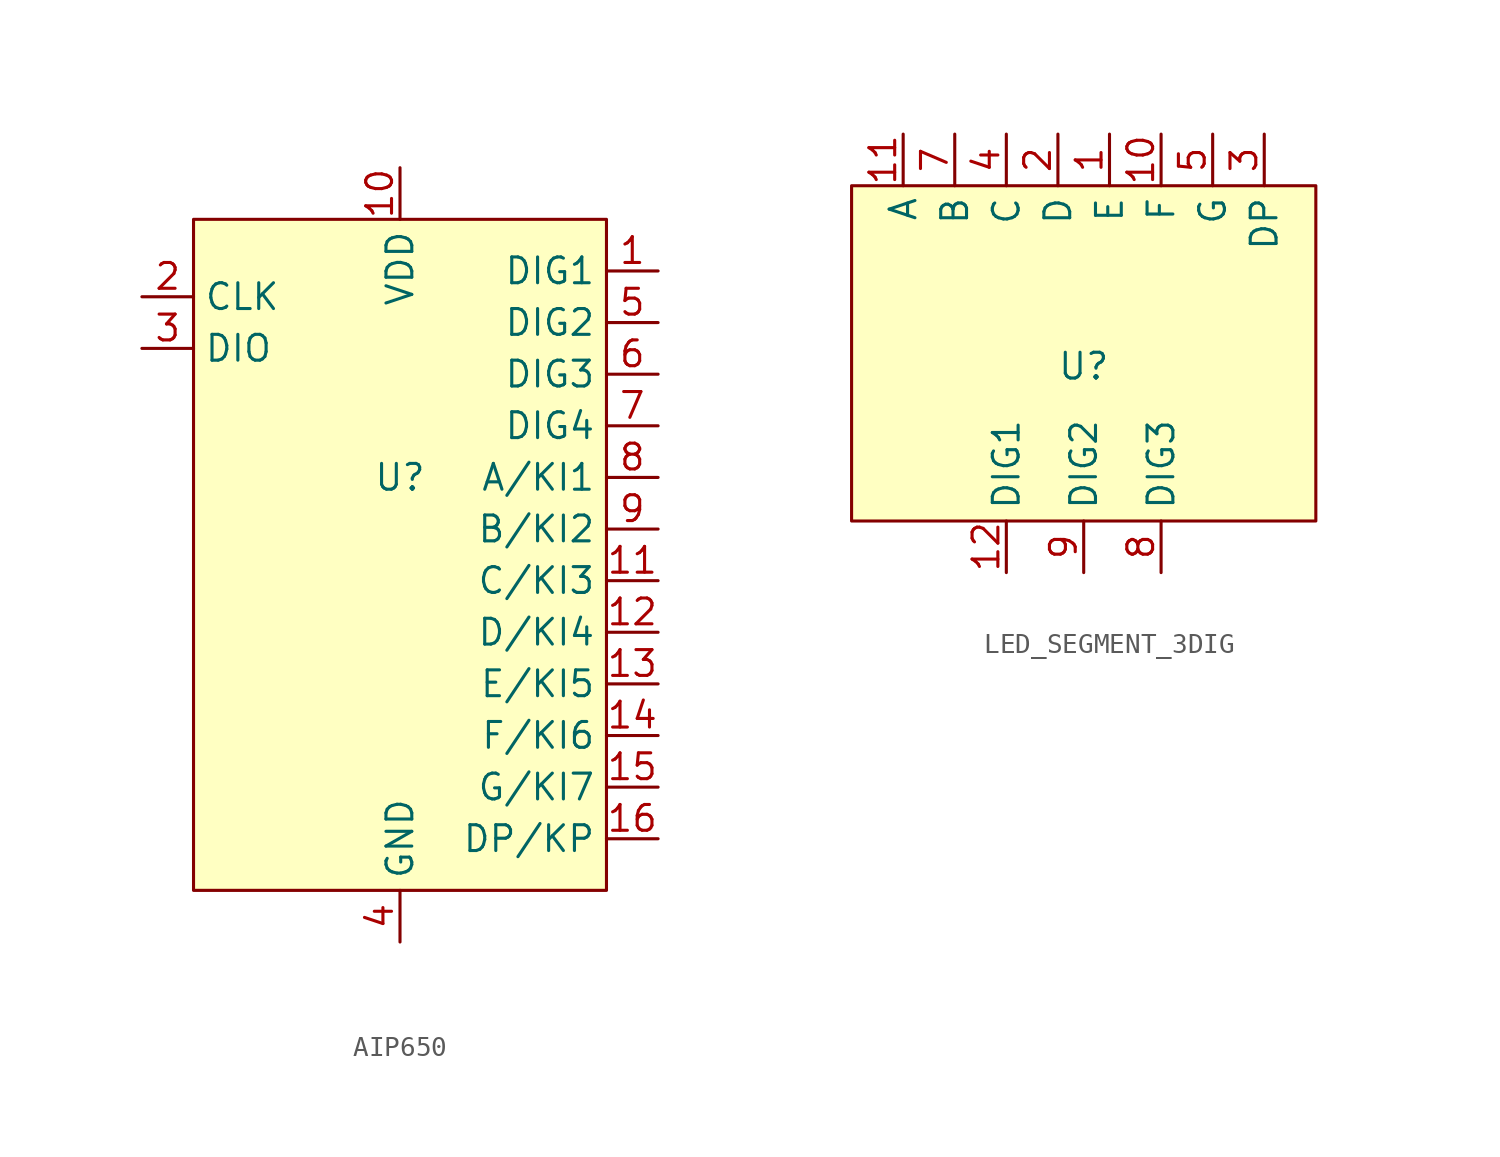
<source format=kicad_sym>
(kicad_symbol_lib
  (version 20241209)
  (generator "kicad_symbol_editor")
  (generator_version "9.0")
  (symbol "AIP650"
    (property "Reference" "U"
      (at 0 0 0)
      (effects (font (size 1.27 1.27))))
    (property "Value" ""
      (at 0 0 0)
      (effects (font (size 1.27 1.27))))
    (symbol "AIP650_1_1"
      (rectangle (start -10.16 12.7) (end 10.16 -20.32) (stroke (width 0) (type solid)) (fill (type background)))
      (pin input line (at -12.7 8.89 0) (length 2.54) (name "CLK" (effects (font (size 1.27 1.27)))) (number "2" (effects (font (size 1.27 1.27)))))
      (pin bidirectional line (at -12.7 6.35 0) (length 2.54) (name "DIO" (effects (font (size 1.27 1.27)))) (number "3" (effects (font (size 1.27 1.27)))))
      (pin power_in line (at 0 15.24 270) (length 2.54) (name "VDD" (effects (font (size 1.27 1.27)))) (number "10" (effects (font (size 1.27 1.27)))))
      (pin power_in line (at 0 -22.86 90) (length 2.54) (name "GND" (effects (font (size 1.27 1.27)))) (number "4" (effects (font (size 1.27 1.27)))))
      (pin output line (at 12.7 10.16 180) (length 2.54) (name "DIG1" (effects (font (size 1.27 1.27)))) (number "1" (effects (font (size 1.27 1.27)))))
      (pin output line (at 12.7 7.62 180) (length 2.54) (name "DIG2" (effects (font (size 1.27 1.27)))) (number "5" (effects (font (size 1.27 1.27)))))
      (pin output line (at 12.7 5.08 180) (length 2.54) (name "DIG3" (effects (font (size 1.27 1.27)))) (number "6" (effects (font (size 1.27 1.27)))))
      (pin output line (at 12.7 2.54 180) (length 2.54) (name "DIG4" (effects (font (size 1.27 1.27)))) (number "7" (effects (font (size 1.27 1.27)))))
      (pin bidirectional line (at 12.7 0 180) (length 2.54) (name "A/KI1" (effects (font (size 1.27 1.27)))) (number "8" (effects (font (size 1.27 1.27)))))
      (pin bidirectional line (at 12.7 -2.54 180) (length 2.54) (name "B/KI2" (effects (font (size 1.27 1.27)))) (number "9" (effects (font (size 1.27 1.27)))))
      (pin bidirectional line (at 12.7 -5.08 180) (length 2.54) (name "C/KI3" (effects (font (size 1.27 1.27)))) (number "11" (effects (font (size 1.27 1.27)))))
      (pin bidirectional line (at 12.7 -7.62 180) (length 2.54) (name "D/KI4" (effects (font (size 1.27 1.27)))) (number "12" (effects (font (size 1.27 1.27)))))
      (pin bidirectional line (at 12.7 -10.16 180) (length 2.54) (name "E/KI5" (effects (font (size 1.27 1.27)))) (number "13" (effects (font (size 1.27 1.27)))))
      (pin bidirectional line (at 12.7 -12.7 180) (length 2.54) (name "F/KI6" (effects (font (size 1.27 1.27)))) (number "14" (effects (font (size 1.27 1.27)))))
      (pin bidirectional line (at 12.7 -15.24 180) (length 2.54) (name "G/KI7" (effects (font (size 1.27 1.27)))) (number "15" (effects (font (size 1.27 1.27)))))
      (pin bidirectional line (at 12.7 -17.78 180) (length 2.54) (name "DP/KP" (effects (font (size 1.27 1.27)))) (number "16" (effects (font (size 1.27 1.27)))))))
  (symbol "LED_SEGMENT_3DIG"
    (property "Reference" "U"
      (at 0 0 0)
      (effects (font (size 1.27 1.27))))
    (property "Value" ""
      (at 0 0 0)
      (effects (font (size 1.27 1.27))))
    (symbol "LED_SEGMENT_3DIG_1_1"
      (rectangle (start -11.43 8.89) (end 11.43 -7.62) (stroke (width 0) (type solid)) (fill (type background)))
      (pin input line (at -8.89 11.43 270) (length 2.54) (name "A" (effects (font (size 1.27 1.27)))) (number "11" (effects (font (size 1.27 1.27)))))
      (pin input line (at -6.35 11.43 270) (length 2.54) (name "B" (effects (font (size 1.27 1.27)))) (number "7" (effects (font (size 1.27 1.27)))))
      (pin input line (at -3.81 11.43 270) (length 2.54) (name "C" (effects (font (size 1.27 1.27)))) (number "4" (effects (font (size 1.27 1.27)))))
      (pin input line (at -3.81 -10.16 90) (length 2.54) (name "DIG1" (effects (font (size 1.27 1.27)))) (number "12" (effects (font (size 1.27 1.27)))))
      (pin input line (at -1.27 11.43 270) (length 2.54) (name "D" (effects (font (size 1.27 1.27)))) (number "2" (effects (font (size 1.27 1.27)))))
      (pin input line (at 0 -10.16 90) (length 2.54) (name "DIG2" (effects (font (size 1.27 1.27)))) (number "9" (effects (font (size 1.27 1.27)))))
      (pin input line (at 1.27 11.43 270) (length 2.54) (name "E" (effects (font (size 1.27 1.27)))) (number "1" (effects (font (size 1.27 1.27)))))
      (pin input line (at 3.81 11.43 270) (length 2.54) (name "F" (effects (font (size 1.27 1.27)))) (number "10" (effects (font (size 1.27 1.27)))))
      (pin input line (at 3.81 -10.16 90) (length 2.54) (name "DIG3" (effects (font (size 1.27 1.27)))) (number "8" (effects (font (size 1.27 1.27)))))
      (pin input line (at 6.35 11.43 270) (length 2.54) (name "G" (effects (font (size 1.27 1.27)))) (number "5" (effects (font (size 1.27 1.27)))))
      (pin input line (at 8.89 11.43 270) (length 2.54) (name "DP" (effects (font (size 1.27 1.27)))) (number "3" (effects (font (size 1.27 1.27)))))
      (pin no_connect non_logic (at 13.97 0 180) (length 2.54) (hide yes) (name "NC" (effects (font (size 1.27 1.27)))) (number "6" (effects (font (size 1.27 1.27))))))))
</source>
